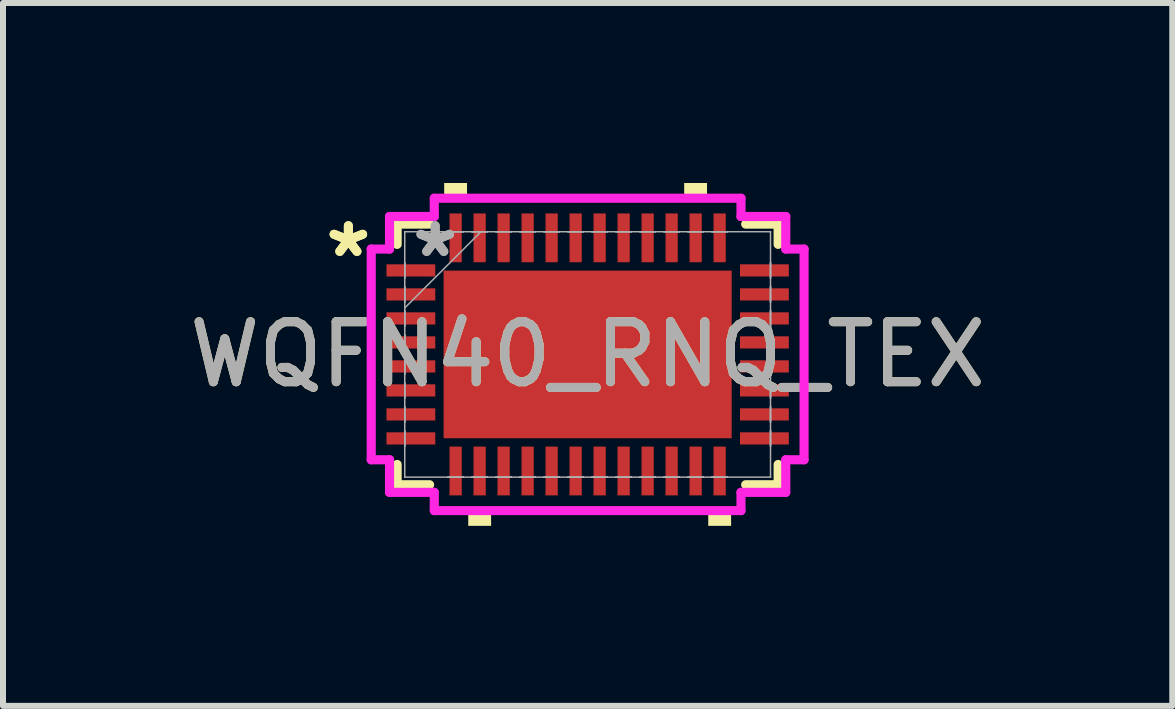
<source format=kicad_pcb>
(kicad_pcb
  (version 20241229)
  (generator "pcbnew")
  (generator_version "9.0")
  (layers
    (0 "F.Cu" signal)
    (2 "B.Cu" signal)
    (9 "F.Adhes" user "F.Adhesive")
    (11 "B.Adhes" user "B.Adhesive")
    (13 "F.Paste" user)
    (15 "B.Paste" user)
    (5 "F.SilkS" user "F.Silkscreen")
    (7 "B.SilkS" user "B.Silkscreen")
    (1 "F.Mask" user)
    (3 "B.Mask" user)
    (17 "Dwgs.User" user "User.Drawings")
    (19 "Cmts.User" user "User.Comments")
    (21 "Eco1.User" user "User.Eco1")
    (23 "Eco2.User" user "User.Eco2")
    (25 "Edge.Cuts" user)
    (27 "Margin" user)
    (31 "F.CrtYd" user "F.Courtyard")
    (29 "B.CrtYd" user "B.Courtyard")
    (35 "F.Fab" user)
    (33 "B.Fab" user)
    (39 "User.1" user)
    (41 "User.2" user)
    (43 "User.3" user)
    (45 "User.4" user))
  (footprint "WQFN40_RNQ_TEX"
    (layer "F.Cu")
    (at 6.744 2.857)
    (property "Reference" "WQFN40_RNQ_TEX" (at 0 0 0) (unlocked yes) (layer "F.SilkS") (effects (font (size 1 1) (thickness 0.15))))
    (attr smd)
    (fp_line (start -3.175 -2.172) (end -3.175 -1.834) (stroke (width 0.152) (type solid)) (layer "F.SilkS"))
    (fp_line (start -3.175 1.834) (end -3.175 2.172) (stroke (width 0.152) (type solid)) (layer "F.SilkS"))
    (fp_line (start -3.175 2.172) (end -2.634 2.172) (stroke (width 0.152) (type solid)) (layer "F.SilkS"))
    (fp_line (start -2.634 -2.172) (end -3.175 -2.172) (stroke (width 0.152) (type solid)) (layer "F.SilkS"))
    (fp_line (start 2.634 2.172) (end 3.175 2.172) (stroke (width 0.152) (type solid)) (layer "F.SilkS"))
    (fp_line (start 3.175 -2.172) (end 2.634 -2.172) (stroke (width 0.152) (type solid)) (layer "F.SilkS"))
    (fp_line (start 3.175 -1.834) (end 3.175 -2.172) (stroke (width 0.152) (type solid)) (layer "F.SilkS"))
    (fp_line (start 3.175 2.172) (end 3.175 1.834) (stroke (width 0.152) (type solid)) (layer "F.SilkS"))
    (fp_poly (pts (xy -2.391 -2.603) (xy -2.391 -2.857) (xy -2.01 -2.857) (xy -2.01 -2.603)) (stroke (width 0) (type solid)) (fill yes) (layer "F.SilkS"))
    (fp_poly (pts (xy -1.99 2.603) (xy -1.99 2.857) (xy -1.609 2.857) (xy -1.609 2.603)) (stroke (width 0) (type solid)) (fill yes) (layer "F.SilkS"))
    (fp_poly (pts (xy 1.609 -2.603) (xy 1.609 -2.857) (xy 1.99 -2.857) (xy 1.99 -2.603)) (stroke (width 0) (type solid)) (fill yes) (layer "F.SilkS"))
    (fp_poly (pts (xy 2.01 2.603) (xy 2.01 2.857) (xy 2.391 2.857) (xy 2.391 2.603)) (stroke (width 0) (type solid)) (fill yes) (layer "F.SilkS"))
    (fp_poly (pts (xy -2.3 -1.297) (xy -2.3 -0.1) (xy -0.9 -0.1) (xy -0.9 -1.297)) (stroke (width 0) (type solid)) (fill yes) (layer "F.Paste"))
    (fp_poly (pts (xy -2.3 0.1) (xy -2.3 1.297) (xy -0.9 1.297) (xy -0.9 0.1)) (stroke (width 0) (type solid)) (fill yes) (layer "F.Paste"))
    (fp_poly (pts (xy -0.7 -1.297) (xy -0.7 -0.1) (xy 0.7 -0.1) (xy 0.7 -1.297)) (stroke (width 0) (type solid)) (fill yes) (layer "F.Paste"))
    (fp_poly (pts (xy -0.7 0.1) (xy -0.7 1.297) (xy 0.7 1.297) (xy 0.7 0.1)) (stroke (width 0) (type solid)) (fill yes) (layer "F.Paste"))
    (fp_poly (pts (xy 0.9 -1.297) (xy 0.9 -0.1) (xy 2.3 -0.1) (xy 2.3 -1.297)) (stroke (width 0) (type solid)) (fill yes) (layer "F.Paste"))
    (fp_poly (pts (xy 0.9 0.1) (xy 0.9 1.297) (xy 2.3 1.297) (xy 2.3 0.1)) (stroke (width 0) (type solid)) (fill yes) (layer "F.Paste"))
    (fp_line (start -3.607 -1.756) (end -3.302 -1.756) (stroke (width 0.152) (type solid)) (layer "F.CrtYd"))
    (fp_line (start -3.607 1.756) (end -3.607 -1.756) (stroke (width 0.152) (type solid)) (layer "F.CrtYd"))
    (fp_line (start -3.302 -2.299) (end -2.556 -2.299) (stroke (width 0.152) (type solid)) (layer "F.CrtYd"))
    (fp_line (start -3.302 -1.756) (end -3.302 -2.299) (stroke (width 0.152) (type solid)) (layer "F.CrtYd"))
    (fp_line (start -3.302 1.756) (end -3.607 1.756) (stroke (width 0.152) (type solid)) (layer "F.CrtYd"))
    (fp_line (start -3.302 2.299) (end -3.302 1.756) (stroke (width 0.152) (type solid)) (layer "F.CrtYd"))
    (fp_line (start -2.556 -2.603) (end 2.556 -2.603) (stroke (width 0.152) (type solid)) (layer "F.CrtYd"))
    (fp_line (start -2.556 -2.299) (end -2.556 -2.603) (stroke (width 0.152) (type solid)) (layer "F.CrtYd"))
    (fp_line (start -2.556 2.299) (end -3.302 2.299) (stroke (width 0.152) (type solid)) (layer "F.CrtYd"))
    (fp_line (start -2.556 2.603) (end -2.556 2.299) (stroke (width 0.152) (type solid)) (layer "F.CrtYd"))
    (fp_line (start 2.556 -2.603) (end 2.556 -2.299) (stroke (width 0.152) (type solid)) (layer "F.CrtYd"))
    (fp_line (start 2.556 -2.299) (end 3.302 -2.299) (stroke (width 0.152) (type solid)) (layer "F.CrtYd"))
    (fp_line (start 2.556 2.299) (end 2.556 2.603) (stroke (width 0.152) (type solid)) (layer "F.CrtYd"))
    (fp_line (start 2.556 2.603) (end -2.556 2.603) (stroke (width 0.152) (type solid)) (layer "F.CrtYd"))
    (fp_line (start 3.302 -2.299) (end 3.302 -1.756) (stroke (width 0.152) (type solid)) (layer "F.CrtYd"))
    (fp_line (start 3.302 -1.756) (end 3.607 -1.756) (stroke (width 0.152) (type solid)) (layer "F.CrtYd"))
    (fp_line (start 3.302 1.756) (end 3.302 2.299) (stroke (width 0.152) (type solid)) (layer "F.CrtYd"))
    (fp_line (start 3.302 2.299) (end 2.556 2.299) (stroke (width 0.152) (type solid)) (layer "F.CrtYd"))
    (fp_line (start 3.607 -1.756) (end 3.607 1.756) (stroke (width 0.152) (type solid)) (layer "F.CrtYd"))
    (fp_line (start 3.607 1.756) (end 3.302 1.756) (stroke (width 0.152) (type solid)) (layer "F.CrtYd"))
    (fp_line (start -3.048 -2.045) (end -3.048 -2.045) (stroke (width 0.025) (type solid)) (layer "F.Fab"))
    (fp_line (start -3.048 -2.045) (end -3.048 2.045) (stroke (width 0.025) (type solid)) (layer "F.Fab"))
    (fp_line (start -3.048 -1.527) (end -3.048 -1.527) (stroke (width 0.025) (type solid)) (layer "F.Fab"))
    (fp_line (start -3.048 -1.527) (end -3.048 -1.273) (stroke (width 0.025) (type solid)) (layer "F.Fab"))
    (fp_line (start -3.048 -1.273) (end -3.048 -1.527) (stroke (width 0.025) (type solid)) (layer "F.Fab"))
    (fp_line (start -3.048 -1.273) (end -3.048 -1.273) (stroke (width 0.025) (type solid)) (layer "F.Fab"))
    (fp_line (start -3.048 -1.127) (end -3.048 -1.127) (stroke (width 0.025) (type solid)) (layer "F.Fab"))
    (fp_line (start -3.048 -1.127) (end -3.048 -0.873) (stroke (width 0.025) (type solid)) (layer "F.Fab"))
    (fp_line (start -3.048 -0.873) (end -3.048 -1.127) (stroke (width 0.025) (type solid)) (layer "F.Fab"))
    (fp_line (start -3.048 -0.873) (end -3.048 -0.873) (stroke (width 0.025) (type solid)) (layer "F.Fab"))
    (fp_line (start -3.048 -0.775) (end -1.778 -2.045) (stroke (width 0.025) (type solid)) (layer "F.Fab"))
    (fp_line (start -3.048 -0.727) (end -3.048 -0.727) (stroke (width 0.025) (type solid)) (layer "F.Fab"))
    (fp_line (start -3.048 -0.727) (end -3.048 -0.473) (stroke (width 0.025) (type solid)) (layer "F.Fab"))
    (fp_line (start -3.048 -0.473) (end -3.048 -0.727) (stroke (width 0.025) (type solid)) (layer "F.Fab"))
    (fp_line (start -3.048 -0.473) (end -3.048 -0.473) (stroke (width 0.025) (type solid)) (layer "F.Fab"))
    (fp_line (start -3.048 -0.327) (end -3.048 -0.327) (stroke (width 0.025) (type solid)) (layer "F.Fab"))
    (fp_line (start -3.048 -0.327) (end -3.048 -0.073) (stroke (width 0.025) (type solid)) (layer "F.Fab"))
    (fp_line (start -3.048 -0.073) (end -3.048 -0.327) (stroke (width 0.025) (type solid)) (layer "F.Fab"))
    (fp_line (start -3.048 -0.073) (end -3.048 -0.073) (stroke (width 0.025) (type solid)) (layer "F.Fab"))
    (fp_line (start -3.048 0.073) (end -3.048 0.073) (stroke (width 0.025) (type solid)) (layer "F.Fab"))
    (fp_line (start -3.048 0.073) (end -3.048 0.327) (stroke (width 0.025) (type solid)) (layer "F.Fab"))
    (fp_line (start -3.048 0.327) (end -3.048 0.073) (stroke (width 0.025) (type solid)) (layer "F.Fab"))
    (fp_line (start -3.048 0.327) (end -3.048 0.327) (stroke (width 0.025) (type solid)) (layer "F.Fab"))
    (fp_line (start -3.048 0.473) (end -3.048 0.473) (stroke (width 0.025) (type solid)) (layer "F.Fab"))
    (fp_line (start -3.048 0.473) (end -3.048 0.727) (stroke (width 0.025) (type solid)) (layer "F.Fab"))
    (fp_line (start -3.048 0.727) (end -3.048 0.473) (stroke (width 0.025) (type solid)) (layer "F.Fab"))
    (fp_line (start -3.048 0.727) (end -3.048 0.727) (stroke (width 0.025) (type solid)) (layer "F.Fab"))
    (fp_line (start -3.048 0.873) (end -3.048 0.873) (stroke (width 0.025) (type solid)) (layer "F.Fab"))
    (fp_line (start -3.048 0.873) (end -3.048 1.127) (stroke (width 0.025) (type solid)) (layer "F.Fab"))
    (fp_line (start -3.048 1.127) (end -3.048 0.873) (stroke (width 0.025) (type solid)) (layer "F.Fab"))
    (fp_line (start -3.048 1.127) (end -3.048 1.127) (stroke (width 0.025) (type solid)) (layer "F.Fab"))
    (fp_line (start -3.048 1.273) (end -3.048 1.273) (stroke (width 0.025) (type solid)) (layer "F.Fab"))
    (fp_line (start -3.048 1.273) (end -3.048 1.527) (stroke (width 0.025) (type solid)) (layer "F.Fab"))
    (fp_line (start -3.048 1.527) (end -3.048 1.273) (stroke (width 0.025) (type solid)) (layer "F.Fab"))
    (fp_line (start -3.048 1.527) (end -3.048 1.527) (stroke (width 0.025) (type solid)) (layer "F.Fab"))
    (fp_line (start -3.048 2.045) (end -3.048 2.045) (stroke (width 0.025) (type solid)) (layer "F.Fab"))
    (fp_line (start -3.048 2.045) (end 3.048 2.045) (stroke (width 0.025) (type solid)) (layer "F.Fab"))
    (fp_line (start -2.327 -2.045) (end -2.327 -2.045) (stroke (width 0.025) (type solid)) (layer "F.Fab"))
    (fp_line (start -2.327 -2.045) (end -2.073 -2.045) (stroke (width 0.025) (type solid)) (layer "F.Fab"))
    (fp_line (start -2.327 2.045) (end -2.327 2.045) (stroke (width 0.025) (type solid)) (layer "F.Fab"))
    (fp_line (start -2.327 2.045) (end -2.073 2.045) (stroke (width 0.025) (type solid)) (layer "F.Fab"))
    (fp_line (start -2.073 -2.045) (end -2.327 -2.045) (stroke (width 0.025) (type solid)) (layer "F.Fab"))
    (fp_line (start -2.073 -2.045) (end -2.073 -2.045) (stroke (width 0.025) (type solid)) (layer "F.Fab"))
    (fp_line (start -2.073 2.045) (end -2.327 2.045) (stroke (width 0.025) (type solid)) (layer "F.Fab"))
    (fp_line (start -2.073 2.045) (end -2.073 2.045) (stroke (width 0.025) (type solid)) (layer "F.Fab"))
    (fp_line (start -1.927 -2.045) (end -1.927 -2.045) (stroke (width 0.025) (type solid)) (layer "F.Fab"))
    (fp_line (start -1.927 -2.045) (end -1.673 -2.045) (stroke (width 0.025) (type solid)) (layer "F.Fab"))
    (fp_line (start -1.927 2.045) (end -1.927 2.045) (stroke (width 0.025) (type solid)) (layer "F.Fab"))
    (fp_line (start -1.927 2.045) (end -1.673 2.045) (stroke (width 0.025) (type solid)) (layer "F.Fab"))
    (fp_line (start -1.673 -2.045) (end -1.927 -2.045) (stroke (width 0.025) (type solid)) (layer "F.Fab"))
    (fp_line (start -1.673 -2.045) (end -1.673 -2.045) (stroke (width 0.025) (type solid)) (layer "F.Fab"))
    (fp_line (start -1.673 2.045) (end -1.927 2.045) (stroke (width 0.025) (type solid)) (layer "F.Fab"))
    (fp_line (start -1.673 2.045) (end -1.673 2.045) (stroke (width 0.025) (type solid)) (layer "F.Fab"))
    (fp_line (start -1.527 -2.045) (end -1.527 -2.045) (stroke (width 0.025) (type solid)) (layer "F.Fab"))
    (fp_line (start -1.527 -2.045) (end -1.273 -2.045) (stroke (width 0.025) (type solid)) (layer "F.Fab"))
    (fp_line (start -1.527 2.045) (end -1.527 2.045) (stroke (width 0.025) (type solid)) (layer "F.Fab"))
    (fp_line (start -1.527 2.045) (end -1.273 2.045) (stroke (width 0.025) (type solid)) (layer "F.Fab"))
    (fp_line (start -1.273 -2.045) (end -1.527 -2.045) (stroke (width 0.025) (type solid)) (layer "F.Fab"))
    (fp_line (start -1.273 -2.045) (end -1.273 -2.045) (stroke (width 0.025) (type solid)) (layer "F.Fab"))
    (fp_line (start -1.273 2.045) (end -1.527 2.045) (stroke (width 0.025) (type solid)) (layer "F.Fab"))
    (fp_line (start -1.273 2.045) (end -1.273 2.045) (stroke (width 0.025) (type solid)) (layer "F.Fab"))
    (fp_line (start -1.127 -2.045) (end -1.127 -2.045) (stroke (width 0.025) (type solid)) (layer "F.Fab"))
    (fp_line (start -1.127 -2.045) (end -0.873 -2.045) (stroke (width 0.025) (type solid)) (layer "F.Fab"))
    (fp_line (start -1.127 2.045) (end -1.127 2.045) (stroke (width 0.025) (type solid)) (layer "F.Fab"))
    (fp_line (start -1.127 2.045) (end -0.873 2.045) (stroke (width 0.025) (type solid)) (layer "F.Fab"))
    (fp_line (start -0.873 -2.045) (end -1.127 -2.045) (stroke (width 0.025) (type solid)) (layer "F.Fab"))
    (fp_line (start -0.873 -2.045) (end -0.873 -2.045) (stroke (width 0.025) (type solid)) (layer "F.Fab"))
    (fp_line (start -0.873 2.045) (end -1.127 2.045) (stroke (width 0.025) (type solid)) (layer "F.Fab"))
    (fp_line (start -0.873 2.045) (end -0.873 2.045) (stroke (width 0.025) (type solid)) (layer "F.Fab"))
    (fp_line (start -0.727 -2.045) (end -0.727 -2.045) (stroke (width 0.025) (type solid)) (layer "F.Fab"))
    (fp_line (start -0.727 -2.045) (end -0.473 -2.045) (stroke (width 0.025) (type solid)) (layer "F.Fab"))
    (fp_line (start -0.727 2.045) (end -0.727 2.045) (stroke (width 0.025) (type solid)) (layer "F.Fab"))
    (fp_line (start -0.727 2.045) (end -0.473 2.045) (stroke (width 0.025) (type solid)) (layer "F.Fab"))
    (fp_line (start -0.473 -2.045) (end -0.727 -2.045) (stroke (width 0.025) (type solid)) (layer "F.Fab"))
    (fp_line (start -0.473 -2.045) (end -0.473 -2.045) (stroke (width 0.025) (type solid)) (layer "F.Fab"))
    (fp_line (start -0.473 2.045) (end -0.727 2.045) (stroke (width 0.025) (type solid)) (layer "F.Fab"))
    (fp_line (start -0.473 2.045) (end -0.473 2.045) (stroke (width 0.025) (type solid)) (layer "F.Fab"))
    (fp_line (start -0.327 -2.045) (end -0.327 -2.045) (stroke (width 0.025) (type solid)) (layer "F.Fab"))
    (fp_line (start -0.327 -2.045) (end -0.073 -2.045) (stroke (width 0.025) (type solid)) (layer "F.Fab"))
    (fp_line (start -0.327 2.045) (end -0.327 2.045) (stroke (width 0.025) (type solid)) (layer "F.Fab"))
    (fp_line (start -0.327 2.045) (end -0.073 2.045) (stroke (width 0.025) (type solid)) (layer "F.Fab"))
    (fp_line (start -0.073 -2.045) (end -0.327 -2.045) (stroke (width 0.025) (type solid)) (layer "F.Fab"))
    (fp_line (start -0.073 -2.045) (end -0.073 -2.045) (stroke (width 0.025) (type solid)) (layer "F.Fab"))
    (fp_line (start -0.073 2.045) (end -0.327 2.045) (stroke (width 0.025) (type solid)) (layer "F.Fab"))
    (fp_line (start -0.073 2.045) (end -0.073 2.045) (stroke (width 0.025) (type solid)) (layer "F.Fab"))
    (fp_line (start 0.073 -2.045) (end 0.073 -2.045) (stroke (width 0.025) (type solid)) (layer "F.Fab"))
    (fp_line (start 0.073 -2.045) (end 0.327 -2.045) (stroke (width 0.025) (type solid)) (layer "F.Fab"))
    (fp_line (start 0.073 2.045) (end 0.073 2.045) (stroke (width 0.025) (type solid)) (layer "F.Fab"))
    (fp_line (start 0.073 2.045) (end 0.327 2.045) (stroke (width 0.025) (type solid)) (layer "F.Fab"))
    (fp_line (start 0.327 -2.045) (end 0.073 -2.045) (stroke (width 0.025) (type solid)) (layer "F.Fab"))
    (fp_line (start 0.327 -2.045) (end 0.327 -2.045) (stroke (width 0.025) (type solid)) (layer "F.Fab"))
    (fp_line (start 0.327 2.045) (end 0.073 2.045) (stroke (width 0.025) (type solid)) (layer "F.Fab"))
    (fp_line (start 0.327 2.045) (end 0.327 2.045) (stroke (width 0.025) (type solid)) (layer "F.Fab"))
    (fp_line (start 0.473 -2.045) (end 0.473 -2.045) (stroke (width 0.025) (type solid)) (layer "F.Fab"))
    (fp_line (start 0.473 -2.045) (end 0.727 -2.045) (stroke (width 0.025) (type solid)) (layer "F.Fab"))
    (fp_line (start 0.473 2.045) (end 0.473 2.045) (stroke (width 0.025) (type solid)) (layer "F.Fab"))
    (fp_line (start 0.473 2.045) (end 0.727 2.045) (stroke (width 0.025) (type solid)) (layer "F.Fab"))
    (fp_line (start 0.727 -2.045) (end 0.473 -2.045) (stroke (width 0.025) (type solid)) (layer "F.Fab"))
    (fp_line (start 0.727 -2.045) (end 0.727 -2.045) (stroke (width 0.025) (type solid)) (layer "F.Fab"))
    (fp_line (start 0.727 2.045) (end 0.473 2.045) (stroke (width 0.025) (type solid)) (layer "F.Fab"))
    (fp_line (start 0.727 2.045) (end 0.727 2.045) (stroke (width 0.025) (type solid)) (layer "F.Fab"))
    (fp_line (start 0.873 -2.045) (end 0.873 -2.045) (stroke (width 0.025) (type solid)) (layer "F.Fab"))
    (fp_line (start 0.873 -2.045) (end 1.127 -2.045) (stroke (width 0.025) (type solid)) (layer "F.Fab"))
    (fp_line (start 0.873 2.045) (end 0.873 2.045) (stroke (width 0.025) (type solid)) (layer "F.Fab"))
    (fp_line (start 0.873 2.045) (end 1.127 2.045) (stroke (width 0.025) (type solid)) (layer "F.Fab"))
    (fp_line (start 1.127 -2.045) (end 0.873 -2.045) (stroke (width 0.025) (type solid)) (layer "F.Fab"))
    (fp_line (start 1.127 -2.045) (end 1.127 -2.045) (stroke (width 0.025) (type solid)) (layer "F.Fab"))
    (fp_line (start 1.127 2.045) (end 0.873 2.045) (stroke (width 0.025) (type solid)) (layer "F.Fab"))
    (fp_line (start 1.127 2.045) (end 1.127 2.045) (stroke (width 0.025) (type solid)) (layer "F.Fab"))
    (fp_line (start 1.273 -2.045) (end 1.273 -2.045) (stroke (width 0.025) (type solid)) (layer "F.Fab"))
    (fp_line (start 1.273 -2.045) (end 1.527 -2.045) (stroke (width 0.025) (type solid)) (layer "F.Fab"))
    (fp_line (start 1.273 2.045) (end 1.273 2.045) (stroke (width 0.025) (type solid)) (layer "F.Fab"))
    (fp_line (start 1.273 2.045) (end 1.527 2.045) (stroke (width 0.025) (type solid)) (layer "F.Fab"))
    (fp_line (start 1.527 -2.045) (end 1.273 -2.045) (stroke (width 0.025) (type solid)) (layer "F.Fab"))
    (fp_line (start 1.527 -2.045) (end 1.527 -2.045) (stroke (width 0.025) (type solid)) (layer "F.Fab"))
    (fp_line (start 1.527 2.045) (end 1.273 2.045) (stroke (width 0.025) (type solid)) (layer "F.Fab"))
    (fp_line (start 1.527 2.045) (end 1.527 2.045) (stroke (width 0.025) (type solid)) (layer "F.Fab"))
    (fp_line (start 1.673 -2.045) (end 1.673 -2.045) (stroke (width 0.025) (type solid)) (layer "F.Fab"))
    (fp_line (start 1.673 -2.045) (end 1.927 -2.045) (stroke (width 0.025) (type solid)) (layer "F.Fab"))
    (fp_line (start 1.673 2.045) (end 1.673 2.045) (stroke (width 0.025) (type solid)) (layer "F.Fab"))
    (fp_line (start 1.673 2.045) (end 1.927 2.045) (stroke (width 0.025) (type solid)) (layer "F.Fab"))
    (fp_line (start 1.927 -2.045) (end 1.673 -2.045) (stroke (width 0.025) (type solid)) (layer "F.Fab"))
    (fp_line (start 1.927 -2.045) (end 1.927 -2.045) (stroke (width 0.025) (type solid)) (layer "F.Fab"))
    (fp_line (start 1.927 2.045) (end 1.673 2.045) (stroke (width 0.025) (type solid)) (layer "F.Fab"))
    (fp_line (start 1.927 2.045) (end 1.927 2.045) (stroke (width 0.025) (type solid)) (layer "F.Fab"))
    (fp_line (start 2.073 -2.045) (end 2.073 -2.045) (stroke (width 0.025) (type solid)) (layer "F.Fab"))
    (fp_line (start 2.073 -2.045) (end 2.327 -2.045) (stroke (width 0.025) (type solid)) (layer "F.Fab"))
    (fp_line (start 2.073 2.045) (end 2.073 2.045) (stroke (width 0.025) (type solid)) (layer "F.Fab"))
    (fp_line (start 2.073 2.045) (end 2.327 2.045) (stroke (width 0.025) (type solid)) (layer "F.Fab"))
    (fp_line (start 2.327 -2.045) (end 2.073 -2.045) (stroke (width 0.025) (type solid)) (layer "F.Fab"))
    (fp_line (start 2.327 -2.045) (end 2.327 -2.045) (stroke (width 0.025) (type solid)) (layer "F.Fab"))
    (fp_line (start 2.327 2.045) (end 2.073 2.045) (stroke (width 0.025) (type solid)) (layer "F.Fab"))
    (fp_line (start 2.327 2.045) (end 2.327 2.045) (stroke (width 0.025) (type solid)) (layer "F.Fab"))
    (fp_line (start 3.048 -2.045) (end -3.048 -2.045) (stroke (width 0.025) (type solid)) (layer "F.Fab"))
    (fp_line (start 3.048 -2.045) (end 3.048 -2.045) (stroke (width 0.025) (type solid)) (layer "F.Fab"))
    (fp_line (start 3.048 -1.527) (end 3.048 -1.527) (stroke (width 0.025) (type solid)) (layer "F.Fab"))
    (fp_line (start 3.048 -1.527) (end 3.048 -1.273) (stroke (width 0.025) (type solid)) (layer "F.Fab"))
    (fp_line (start 3.048 -1.273) (end 3.048 -1.527) (stroke (width 0.025) (type solid)) (layer "F.Fab"))
    (fp_line (start 3.048 -1.273) (end 3.048 -1.273) (stroke (width 0.025) (type solid)) (layer "F.Fab"))
    (fp_line (start 3.048 -1.127) (end 3.048 -1.127) (stroke (width 0.025) (type solid)) (layer "F.Fab"))
    (fp_line (start 3.048 -1.127) (end 3.048 -0.873) (stroke (width 0.025) (type solid)) (layer "F.Fab"))
    (fp_line (start 3.048 -0.873) (end 3.048 -1.127) (stroke (width 0.025) (type solid)) (layer "F.Fab"))
    (fp_line (start 3.048 -0.873) (end 3.048 -0.873) (stroke (width 0.025) (type solid)) (layer "F.Fab"))
    (fp_line (start 3.048 -0.727) (end 3.048 -0.727) (stroke (width 0.025) (type solid)) (layer "F.Fab"))
    (fp_line (start 3.048 -0.727) (end 3.048 -0.473) (stroke (width 0.025) (type solid)) (layer "F.Fab"))
    (fp_line (start 3.048 -0.473) (end 3.048 -0.727) (stroke (width 0.025) (type solid)) (layer "F.Fab"))
    (fp_line (start 3.048 -0.473) (end 3.048 -0.473) (stroke (width 0.025) (type solid)) (layer "F.Fab"))
    (fp_line (start 3.048 -0.327) (end 3.048 -0.327) (stroke (width 0.025) (type solid)) (layer "F.Fab"))
    (fp_line (start 3.048 -0.327) (end 3.048 -0.073) (stroke (width 0.025) (type solid)) (layer "F.Fab"))
    (fp_line (start 3.048 -0.073) (end 3.048 -0.327) (stroke (width 0.025) (type solid)) (layer "F.Fab"))
    (fp_line (start 3.048 -0.073) (end 3.048 -0.073) (stroke (width 0.025) (type solid)) (layer "F.Fab"))
    (fp_line (start 3.048 0.073) (end 3.048 0.073) (stroke (width 0.025) (type solid)) (layer "F.Fab"))
    (fp_line (start 3.048 0.073) (end 3.048 0.327) (stroke (width 0.025) (type solid)) (layer "F.Fab"))
    (fp_line (start 3.048 0.327) (end 3.048 0.073) (stroke (width 0.025) (type solid)) (layer "F.Fab"))
    (fp_line (start 3.048 0.327) (end 3.048 0.327) (stroke (width 0.025) (type solid)) (layer "F.Fab"))
    (fp_line (start 3.048 0.473) (end 3.048 0.473) (stroke (width 0.025) (type solid)) (layer "F.Fab"))
    (fp_line (start 3.048 0.473) (end 3.048 0.727) (stroke (width 0.025) (type solid)) (layer "F.Fab"))
    (fp_line (start 3.048 0.727) (end 3.048 0.473) (stroke (width 0.025) (type solid)) (layer "F.Fab"))
    (fp_line (start 3.048 0.727) (end 3.048 0.727) (stroke (width 0.025) (type solid)) (layer "F.Fab"))
    (fp_line (start 3.048 0.873) (end 3.048 0.873) (stroke (width 0.025) (type solid)) (layer "F.Fab"))
    (fp_line (start 3.048 0.873) (end 3.048 1.127) (stroke (width 0.025) (type solid)) (layer "F.Fab"))
    (fp_line (start 3.048 1.127) (end 3.048 0.873) (stroke (width 0.025) (type solid)) (layer "F.Fab"))
    (fp_line (start 3.048 1.127) (end 3.048 1.127) (stroke (width 0.025) (type solid)) (layer "F.Fab"))
    (fp_line (start 3.048 1.273) (end 3.048 1.273) (stroke (width 0.025) (type solid)) (layer "F.Fab"))
    (fp_line (start 3.048 1.273) (end 3.048 1.527) (stroke (width 0.025) (type solid)) (layer "F.Fab"))
    (fp_line (start 3.048 1.527) (end 3.048 1.273) (stroke (width 0.025) (type solid)) (layer "F.Fab"))
    (fp_line (start 3.048 1.527) (end 3.048 1.527) (stroke (width 0.025) (type solid)) (layer "F.Fab"))
    (fp_line (start 3.048 2.045) (end 3.048 -2.045) (stroke (width 0.025) (type solid)) (layer "F.Fab"))
    (fp_line (start 3.048 2.045) (end 3.048 2.045) (stroke (width 0.025) (type solid)) (layer "F.Fab"))
    (fp_text user "*" (at -3.988 -1.6 0) (unlocked yes) (layer "F.SilkS") (effects (font (size 1 1) (thickness 0.15))))
    (fp_text user "*" (at -3.988 -1.6 0) (layer "F.SilkS") (effects (font (size 1 1) (thickness 0.15))))
    (fp_text user "*" (at -2.54 -1.6 0) (unlocked yes) (layer "F.Fab") (effects (font (size 1 1) (thickness 0.15))))
    (fp_text user "*" (at -2.54 -1.6 0) (layer "F.Fab") (effects (font (size 1 1) (thickness 0.15))))
    (fp_text user "${REFERENCE}" (at 0 0 0) (unlocked yes) (layer "F.Fab") (effects (font (size 1 1) (thickness 0.15))))
    (pad "1" smd rect (at -2.946 -1.4 90) (size 0.203 0.813) (layers "F.Cu" "F.Mask" "F.Paste"))
    (pad "2" smd rect (at -2.946 -1 90) (size 0.203 0.813) (layers "F.Cu" "F.Mask" "F.Paste"))
    (pad "3" smd rect (at -2.946 -0.6 90) (size 0.203 0.813) (layers "F.Cu" "F.Mask" "F.Paste"))
    (pad "4" smd rect (at -2.946 -0.2 90) (size 0.203 0.813) (layers "F.Cu" "F.Mask" "F.Paste"))
    (pad "5" smd rect (at -2.946 0.2 90) (size 0.203 0.813) (layers "F.Cu" "F.Mask" "F.Paste"))
    (pad "6" smd rect (at -2.946 0.6 90) (size 0.203 0.813) (layers "F.Cu" "F.Mask" "F.Paste"))
    (pad "7" smd rect (at -2.946 1 90) (size 0.203 0.813) (layers "F.Cu" "F.Mask" "F.Paste"))
    (pad "8" smd rect (at -2.946 1.4 90) (size 0.203 0.813) (layers "F.Cu" "F.Mask" "F.Paste"))
    (pad "9" smd rect (at -2.2 1.943) (size 0.203 0.813) (layers "F.Cu" "F.Mask" "F.Paste"))
    (pad "10" smd rect (at -1.8 1.943) (size 0.203 0.813) (layers "F.Cu" "F.Mask" "F.Paste"))
    (pad "11" smd rect (at -1.4 1.943) (size 0.203 0.813) (layers "F.Cu" "F.Mask" "F.Paste"))
    (pad "12" smd rect (at -1 1.943) (size 0.203 0.813) (layers "F.Cu" "F.Mask" "F.Paste"))
    (pad "13" smd rect (at -0.6 1.943) (size 0.203 0.813) (layers "F.Cu" "F.Mask" "F.Paste"))
    (pad "14" smd rect (at -0.2 1.943) (size 0.203 0.813) (layers "F.Cu" "F.Mask" "F.Paste"))
    (pad "15" smd rect (at 0.2 1.943) (size 0.203 0.813) (layers "F.Cu" "F.Mask" "F.Paste"))
    (pad "16" smd rect (at 0.6 1.943) (size 0.203 0.813) (layers "F.Cu" "F.Mask" "F.Paste"))
    (pad "17" smd rect (at 1 1.943) (size 0.203 0.813) (layers "F.Cu" "F.Mask" "F.Paste"))
    (pad "18" smd rect (at 1.4 1.943) (size 0.203 0.813) (layers "F.Cu" "F.Mask" "F.Paste"))
    (pad "19" smd rect (at 1.8 1.943) (size 0.203 0.813) (layers "F.Cu" "F.Mask" "F.Paste"))
    (pad "20" smd rect (at 2.2 1.943) (size 0.203 0.813) (layers "F.Cu" "F.Mask" "F.Paste"))
    (pad "21" smd rect (at 2.946 1.4 90) (size 0.203 0.813) (layers "F.Cu" "F.Mask" "F.Paste"))
    (pad "22" smd rect (at 2.946 1 90) (size 0.203 0.813) (layers "F.Cu" "F.Mask" "F.Paste"))
    (pad "23" smd rect (at 2.946 0.6 90) (size 0.203 0.813) (layers "F.Cu" "F.Mask" "F.Paste"))
    (pad "24" smd rect (at 2.946 0.2 90) (size 0.203 0.813) (layers "F.Cu" "F.Mask" "F.Paste"))
    (pad "25" smd rect (at 2.946 -0.2 90) (size 0.203 0.813) (layers "F.Cu" "F.Mask" "F.Paste"))
    (pad "26" smd rect (at 2.946 -0.6 90) (size 0.203 0.813) (layers "F.Cu" "F.Mask" "F.Paste"))
    (pad "27" smd rect (at 2.946 -1 90) (size 0.203 0.813) (layers "F.Cu" "F.Mask" "F.Paste"))
    (pad "28" smd rect (at 2.946 -1.4 90) (size 0.203 0.813) (layers "F.Cu" "F.Mask" "F.Paste"))
    (pad "29" smd rect (at 2.2 -1.943) (size 0.203 0.813) (layers "F.Cu" "F.Mask" "F.Paste"))
    (pad "30" smd rect (at 1.8 -1.943) (size 0.203 0.813) (layers "F.Cu" "F.Mask" "F.Paste"))
    (pad "31" smd rect (at 1.4 -1.943) (size 0.203 0.813) (layers "F.Cu" "F.Mask" "F.Paste"))
    (pad "32" smd rect (at 1 -1.943) (size 0.203 0.813) (layers "F.Cu" "F.Mask" "F.Paste"))
    (pad "33" smd rect (at 0.6 -1.943) (size 0.203 0.813) (layers "F.Cu" "F.Mask" "F.Paste"))
    (pad "34" smd rect (at 0.2 -1.943) (size 0.203 0.813) (layers "F.Cu" "F.Mask" "F.Paste"))
    (pad "35" smd rect (at -0.2 -1.943) (size 0.203 0.813) (layers "F.Cu" "F.Mask" "F.Paste"))
    (pad "36" smd rect (at -0.6 -1.943) (size 0.203 0.813) (layers "F.Cu" "F.Mask" "F.Paste"))
    (pad "37" smd rect (at -1 -1.943) (size 0.203 0.813) (layers "F.Cu" "F.Mask" "F.Paste"))
    (pad "38" smd rect (at -1.4 -1.943) (size 0.203 0.813) (layers "F.Cu" "F.Mask" "F.Paste"))
    (pad "39" smd rect (at -1.8 -1.943) (size 0.203 0.813) (layers "F.Cu" "F.Mask" "F.Paste"))
    (pad "40" smd rect (at -2.2 -1.943) (size 0.203 0.813) (layers "F.Cu" "F.Mask" "F.Paste"))
    (pad "41" smd rect (at 0 0) (size 4.801 2.794) (layers "F.Cu" "F.Mask" "F.Paste")))
  (gr_rect
    (start -3 -3)
    (end 16.488 8.715)
    (stroke (width 0.1) (type default))
    (fill no)
    (layer "Edge.Cuts")))
</source>
